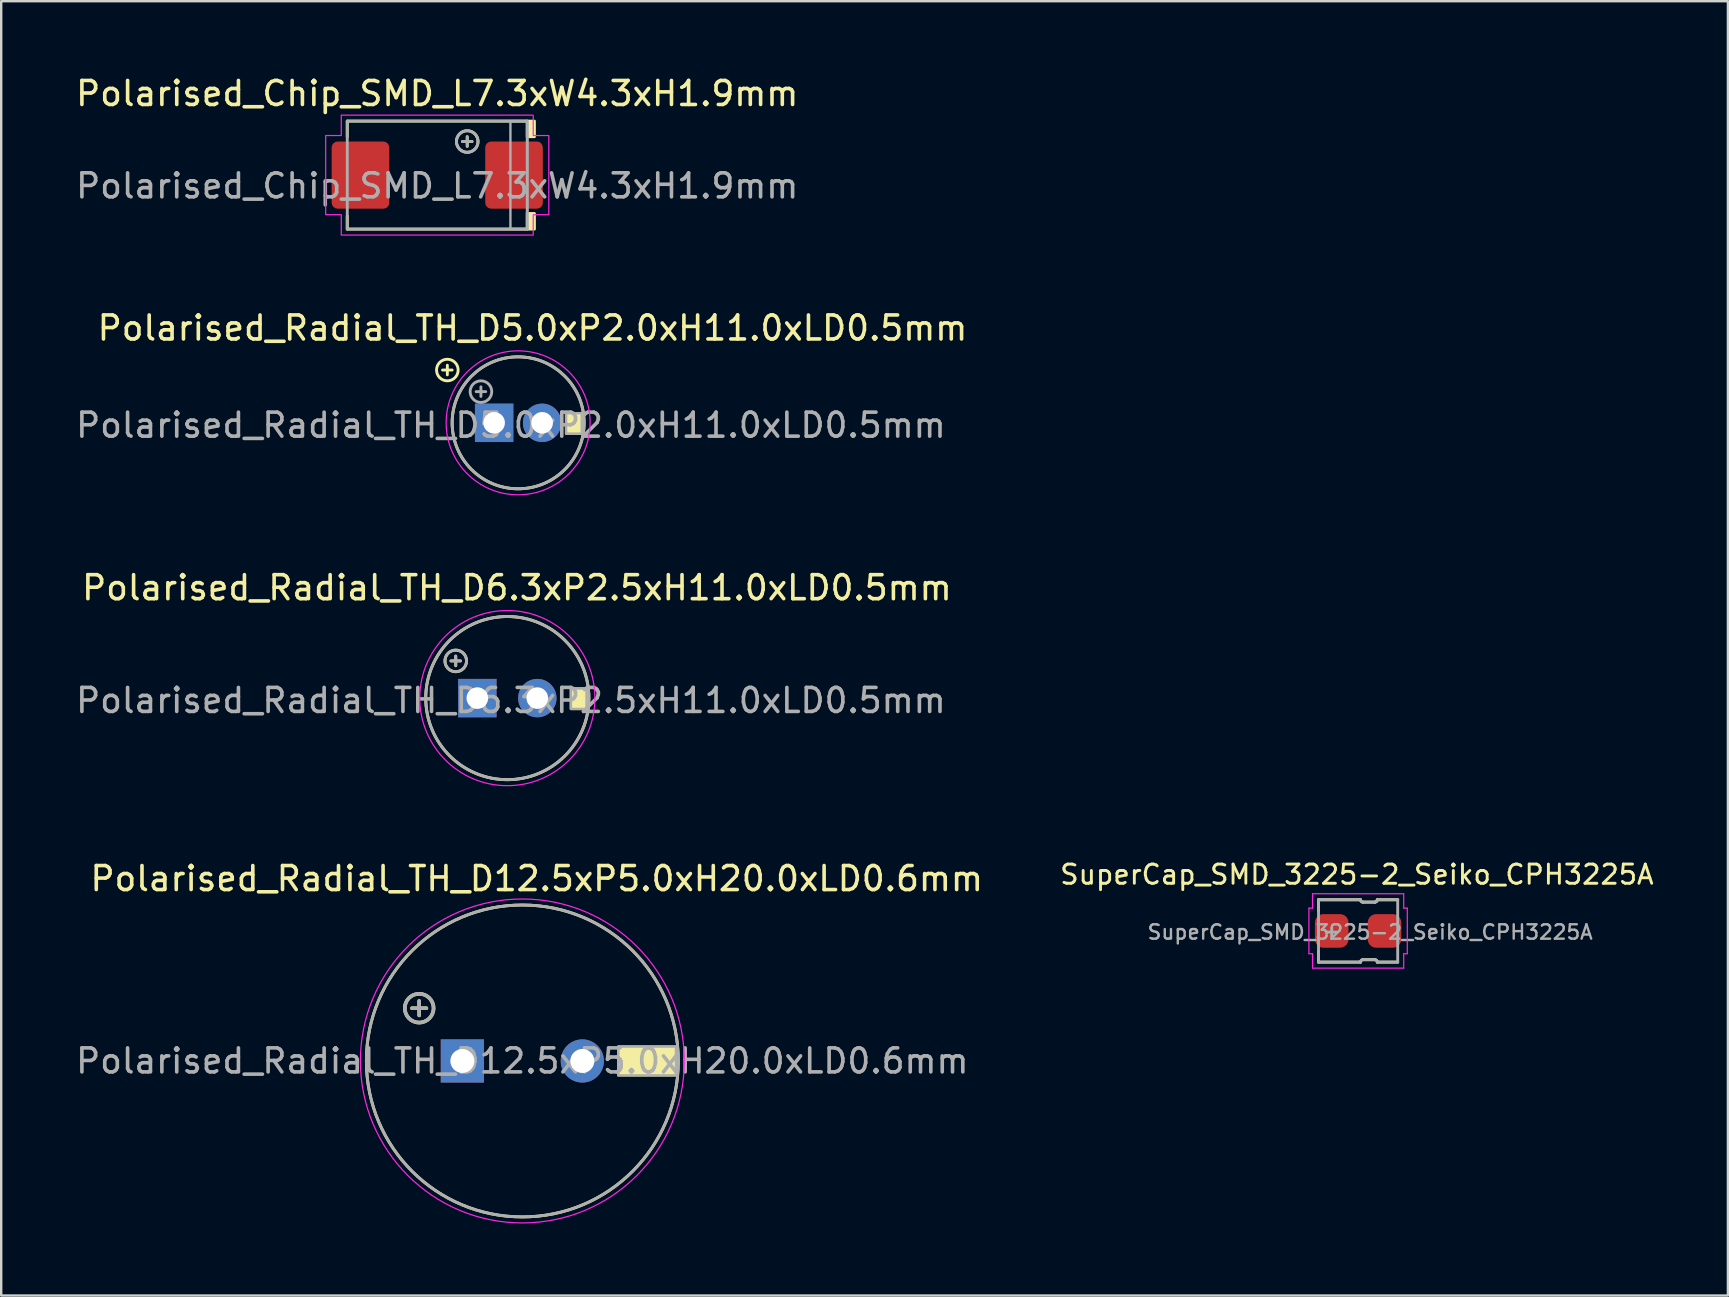
<source format=kicad_pcb>
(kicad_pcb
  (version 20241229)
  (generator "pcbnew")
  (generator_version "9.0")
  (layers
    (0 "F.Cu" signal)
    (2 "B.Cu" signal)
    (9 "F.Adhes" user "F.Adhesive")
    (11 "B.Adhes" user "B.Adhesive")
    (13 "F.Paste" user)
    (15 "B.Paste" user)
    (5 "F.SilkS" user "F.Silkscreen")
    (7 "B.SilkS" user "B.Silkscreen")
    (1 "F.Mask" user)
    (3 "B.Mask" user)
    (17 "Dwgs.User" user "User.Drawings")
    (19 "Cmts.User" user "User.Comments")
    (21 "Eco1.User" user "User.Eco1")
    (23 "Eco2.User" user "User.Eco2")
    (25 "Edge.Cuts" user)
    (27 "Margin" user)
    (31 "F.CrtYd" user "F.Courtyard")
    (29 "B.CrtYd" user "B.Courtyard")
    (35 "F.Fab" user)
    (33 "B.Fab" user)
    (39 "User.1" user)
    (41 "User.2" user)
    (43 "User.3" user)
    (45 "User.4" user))
  (footprint "Polarised_Radial_TH_D12.5xP5.0xH20.0xLD0.6mm"
    (layer "F.Cu")
    (at 16.22 41.168)
    (property "Reference" "Polarised_Radial_TH_D12.5xP5.0xH20.0xLD0.6mm" (at 3.1 -7.6 0) (unlocked yes) (layer "F.SilkS") (effects (font (size 1 1) (thickness 0.15))))
    (attr through_hole)
    (fp_line (start -2.1 -2.2) (end -1.5 -2.2) (stroke (width 0.15) (type solid)) (layer "F.SilkS"))
    (fp_line (start -1.8 -2.5) (end -1.8 -1.9) (stroke (width 0.15) (type solid)) (layer "F.SilkS"))
    (fp_circle (center -1.8 -2.2) (end -1.2 -2.2) (stroke (width 0.15) (type solid)) (fill no) (layer "F.SilkS"))
    (fp_circle (center 2.5 0) (end 9 0) (stroke (width 0.12) (type solid)) (fill no) (layer "F.SilkS"))
    (fp_poly (pts (xy 6.5 -0.6) (xy 6.5 0.6) (xy 8.9 0.6) (xy 8.9 -0.6)) (stroke (width 0.1) (type solid)) (fill yes) (layer "F.SilkS"))
    (fp_circle (center 2.5 0) (end 9.25 0) (stroke (width 0.05) (type solid)) (fill no) (layer "F.CrtYd"))
    (fp_line (start -2.1 -2.2) (end -1.5 -2.2) (stroke (width 0.15) (type solid)) (layer "F.Fab"))
    (fp_line (start -1.8 -2.5) (end -1.8 -1.9) (stroke (width 0.15) (type solid)) (layer "F.Fab"))
    (fp_circle (center -1.8 -2.2) (end -1.2 -2.2) (stroke (width 0.15) (type solid)) (fill no) (layer "F.Fab"))
    (fp_circle (center 2.5 0) (end 9 0) (stroke (width 0.12) (type solid)) (fill no) (layer "F.Fab"))
    (fp_poly (pts (xy 6.5 -0.6) (xy 6.5 0.6) (xy 8.9 0.6) (xy 8.9 -0.6)) (stroke (width 0.1) (type solid)) (fill no) (layer "F.Fab"))
    (fp_text user "${REFERENCE}" (at 2.5 0 0) (layer "F.Fab") (effects (font (size 1 1) (thickness 0.15))))
    (pad "1" thru_hole rect (at 0 0) (size 1.8 1.8) (drill 1) (layers "*.Cu" "*.Mask"))
    (pad "2" thru_hole circle (at 5 0) (size 1.8 1.8) (drill 1) (layers "*.Cu" "*.Mask")))
  (footprint "SuperCap_SMD_3225-2_Seiko_CPH3225A"
    (layer "F.Cu")
    (at 53.552 35.748)
    (property "Reference" "SuperCap_SMD_3225-2_Seiko_CPH3225A" (at -0.05 -2.35 0) (layer "F.SilkS") (effects (font (size 0.8 0.8) (thickness 0.12))))
    (attr smd)
    (fp_line (start -1.65 -1.3) (end 0.1 -1.3) (stroke (width 0.12) (type solid)) (layer "F.SilkS"))
    (fp_line (start -1.65 -0.85) (end -1.65 -1.3) (stroke (width 0.12) (type solid)) (layer "F.SilkS"))
    (fp_line (start -1.65 1.3) (end -1.65 0.85) (stroke (width 0.12) (type solid)) (layer "F.SilkS"))
    (fp_line (start -1.65 1.3) (end 0.1 1.3) (stroke (width 0.12) (type solid)) (layer "F.SilkS"))
    (fp_line (start 0.2 -1.2) (end 0.7 -1.2) (stroke (width 0.12) (type solid)) (layer "F.SilkS"))
    (fp_line (start 0.2 1.2) (end 0.7 1.2) (stroke (width 0.12) (type solid)) (layer "F.SilkS"))
    (fp_line (start 0.8 -1.3) (end 1.65 -1.3) (stroke (width 0.12) (type solid)) (layer "F.SilkS"))
    (fp_line (start 0.8 1.3) (end 1.65 1.3) (stroke (width 0.12) (type solid)) (layer "F.SilkS"))
    (fp_arc (start 0.1 1.3) (mid 0.129289 1.229289) (end 0.2 1.2) (stroke (width 0.12) (type solid)) (layer "F.SilkS"))
    (fp_arc (start 0.2 -1.2) (mid 0.129289 -1.229289) (end 0.1 -1.3) (stroke (width 0.12) (type solid)) (layer "F.SilkS"))
    (fp_arc (start 0.7 1.2) (mid 0.770711 1.229289) (end 0.8 1.3) (stroke (width 0.12) (type solid)) (layer "F.SilkS"))
    (fp_arc (start 0.8 -1.3) (mid 0.770711 -1.229289) (end 0.7 -1.2) (stroke (width 0.12) (type solid)) (layer "F.SilkS"))
    (fp_line (start -2.05 -0.95) (end -1.9 -0.95) (stroke (width 0.05) (type solid)) (layer "F.CrtYd"))
    (fp_line (start -2.05 0.95) (end -2.05 -0.95) (stroke (width 0.05) (type solid)) (layer "F.CrtYd"))
    (fp_line (start -1.9 -0.95) (end -1.9 -1.55) (stroke (width 0.05) (type solid)) (layer "F.CrtYd"))
    (fp_line (start -1.9 0.95) (end -2.05 0.95) (stroke (width 0.05) (type solid)) (layer "F.CrtYd"))
    (fp_line (start -1.9 1.55) (end -1.9 0.95) (stroke (width 0.05) (type solid)) (layer "F.CrtYd"))
    (fp_line (start 1.9 -1.55) (end -1.9 -1.55) (stroke (width 0.05) (type solid)) (layer "F.CrtYd"))
    (fp_line (start 1.9 -1.55) (end 1.9 -0.95) (stroke (width 0.05) (type solid)) (layer "F.CrtYd"))
    (fp_line (start 1.9 -0.95) (end 2.05 -0.95) (stroke (width 0.05) (type solid)) (layer "F.CrtYd"))
    (fp_line (start 1.9 0.95) (end 1.9 1.55) (stroke (width 0.05) (type solid)) (layer "F.CrtYd"))
    (fp_line (start 1.9 1.55) (end -1.9 1.55) (stroke (width 0.05) (type solid)) (layer "F.CrtYd"))
    (fp_line (start 2.05 -0.95) (end 2.05 0.95) (stroke (width 0.05) (type solid)) (layer "F.CrtYd"))
    (fp_line (start 2.05 0.95) (end 1.9 0.95) (stroke (width 0.05) (type solid)) (layer "F.CrtYd"))
    (fp_line (start -1.65 -1.3) (end 0.1 -1.3) (stroke (width 0.12) (type solid)) (layer "F.Fab"))
    (fp_line (start -1.65 1.3) (end -1.65 -1.3) (stroke (width 0.12) (type solid)) (layer "F.Fab"))
    (fp_line (start -1.65 1.3) (end 0.1 1.3) (stroke (width 0.12) (type solid)) (layer "F.Fab"))
    (fp_line (start -1.1 0.25) (end -1.1 -0.15) (stroke (width 0.12) (type solid)) (layer "F.Fab"))
    (fp_line (start -0.9 0.05) (end -1.3 0.05) (stroke (width 0.12) (type solid)) (layer "F.Fab"))
    (fp_line (start 0.2 -1.2) (end 0.7 -1.2) (stroke (width 0.12) (type solid)) (layer "F.Fab"))
    (fp_line (start 0.2 1.2) (end 0.7 1.2) (stroke (width 0.12) (type solid)) (layer "F.Fab"))
    (fp_line (start 0.8 -1.3) (end 1.65 -1.3) (stroke (width 0.12) (type solid)) (layer "F.Fab"))
    (fp_line (start 0.8 1.3) (end 1.65 1.3) (stroke (width 0.12) (type solid)) (layer "F.Fab"))
    (fp_line (start 1.65 -1.3) (end 1.65 1.3) (stroke (width 0.12) (type solid)) (layer "F.Fab"))
    (fp_arc (start 0.1 1.3) (mid 0.129289 1.229289) (end 0.2 1.2) (stroke (width 0.12) (type solid)) (layer "F.Fab"))
    (fp_arc (start 0.2 -1.2) (mid 0.129289 -1.229289) (end 0.1 -1.3) (stroke (width 0.12) (type solid)) (layer "F.Fab"))
    (fp_arc (start 0.7 1.2) (mid 0.770711 1.229289) (end 0.8 1.3) (stroke (width 0.12) (type solid)) (layer "F.Fab"))
    (fp_arc (start 0.8 -1.3) (mid 0.770711 -1.229289) (end 0.7 -1.2) (stroke (width 0.12) (type solid)) (layer "F.Fab"))
    (fp_text user "${REFERENCE}" (at 0.5 0.05 0) (layer "F.Fab") (effects (font (size 0.6 0.6) (thickness 0.1))))
    (pad "1" smd roundrect (at -1.1 0) (size 1.4 1.4) (layers "F.Cu" "F.Mask" "F.Paste") (roundrect_rratio 0.25))
    (pad "2" smd roundrect (at 1.1 0) (size 1.4 1.4) (layers "F.Cu" "F.Mask" "F.Paste") (roundrect_rratio 0.25)))
  (footprint "Polarised_Chip_SMD_L7.3xW4.3xH1.9mm"
    (layer "F.Cu")
    (at 15.173 4.248)
    (property "Reference" "Polarised_Chip_SMD_L7.3xW4.3xH1.9mm" (at 0 -3.4 0) (layer "F.SilkS") (effects (font (size 1 1) (thickness 0.15))))
    (attr smd)
    (fp_line (start -3.75 -2.25) (end -3.75 -1.6) (stroke (width 0.12) (type default)) (layer "F.SilkS"))
    (fp_line (start -3.75 2.25) (end -3.75 1.7) (stroke (width 0.12) (type default)) (layer "F.SilkS"))
    (fp_line (start -3.75 2.25) (end 3.75 2.25) (stroke (width 0.12) (type default)) (layer "F.SilkS"))
    (fp_line (start 1.05 -1.4) (end 1.45 -1.4) (stroke (width 0.12) (type solid)) (layer "F.SilkS"))
    (fp_line (start 1.25 -1.6) (end 1.25 -1.2) (stroke (width 0.12) (type solid)) (layer "F.SilkS"))
    (fp_line (start 3.75 -2.25) (end -3.75 -2.25) (stroke (width 0.12) (type default)) (layer "F.SilkS"))
    (fp_rect (start 3.75 -2.25) (end 4.05 -1.6) (stroke (width 0.12) (type default)) (fill yes) (layer "F.SilkS"))
    (fp_rect (start 3.75 1.6) (end 4.05 2.25) (stroke (width 0.12) (type default)) (fill yes) (layer "F.SilkS"))
    (fp_circle (center 1.25 -1.4) (end 1.7 -1.4) (stroke (width 0.12) (type solid)) (fill no) (layer "F.SilkS"))
    (fp_poly (pts (xy 4 -1.65) (xy 4.65 -1.65) (xy 4.65 1.65) (xy 4 1.65) (xy 4 2.5) (xy -4 2.5) (xy -4 1.65) (xy -4.65 1.65) (xy -4.65 -1.65) (xy -4 -1.65) (xy -4 -2.5) (xy 4 -2.5)) (stroke (width 0.05) (type default)) (fill no) (layer "F.CrtYd"))
    (fp_line (start 1.05 -1.4) (end 1.45 -1.4) (stroke (width 0.12) (type solid)) (layer "F.Fab"))
    (fp_line (start 1.25 -1.6) (end 1.25 -1.2) (stroke (width 0.12) (type solid)) (layer "F.Fab"))
    (fp_rect (start -3.75 -2.25) (end 3.75 2.25) (stroke (width 0.12) (type default)) (fill no) (layer "F.Fab"))
    (fp_rect (start 3.05 -2.25) (end 3.75 2.25) (stroke (width 0.1) (type default)) (fill no) (layer "F.Fab"))
    (fp_circle (center 1.25 -1.4) (end 1.7 -1.4) (stroke (width 0.12) (type solid)) (fill no) (layer "F.Fab"))
    (fp_text user "${REFERENCE}" (at 0 0.45 0) (layer "F.Fab") (effects (font (size 1 1) (thickness 0.15))))
    (pad "1" smd roundrect (at 3.2 0) (size 2.4 2.8) (layers "F.Cu" "F.Mask" "F.Paste") (roundrect_rratio 0.104))
    (pad "2" smd roundrect (at -3.2 0) (size 2.4 2.8) (layers "F.Cu" "F.Mask" "F.Paste") (roundrect_rratio 0.104)))
  (footprint "Polarised_Radial_TH_D6.3xP2.5xH11.0xLD0.5mm"
    (layer "F.Cu")
    (at 16.844 26.045)
    (property "Reference" "Polarised_Radial_TH_D6.3xP2.5xH11.0xLD0.5mm" (at 1.65 -4.6 0) (unlocked yes) (layer "F.SilkS") (effects (font (size 1 1) (thickness 0.15))))
    (attr through_hole)
    (fp_line (start -1.1 -1.55) (end -0.7 -1.55) (stroke (width 0.12) (type solid)) (layer "F.SilkS"))
    (fp_line (start -0.9 -1.75) (end -0.9 -1.35) (stroke (width 0.12) (type solid)) (layer "F.SilkS"))
    (fp_circle (center -0.9 -1.55) (end -0.45 -1.55) (stroke (width 0.12) (type solid)) (fill no) (layer "F.SilkS"))
    (fp_circle (center 1.25 0) (end 4.65 0) (stroke (width 0.12) (type solid)) (fill no) (layer "F.SilkS"))
    (fp_poly (pts (xy 3.9 -0.4) (xy 3.9 0.45) (xy 4.55 0.45) (xy 4.55 -0.4)) (stroke (width 0.1) (type solid)) (fill yes) (layer "F.SilkS"))
    (fp_circle (center 1.25 0) (end 4.9 0) (stroke (width 0.05) (type solid)) (fill no) (layer "F.CrtYd"))
    (fp_line (start -1.1 -1.55) (end -0.7 -1.55) (stroke (width 0.12) (type solid)) (layer "F.Fab"))
    (fp_line (start -0.9 -1.75) (end -0.9 -1.35) (stroke (width 0.12) (type solid)) (layer "F.Fab"))
    (fp_circle (center -0.9 -1.55) (end -0.45 -1.55) (stroke (width 0.12) (type solid)) (fill no) (layer "F.Fab"))
    (fp_circle (center 1.25 0) (end 4.65 0) (stroke (width 0.12) (type solid)) (fill no) (layer "F.Fab"))
    (fp_poly (pts (xy 3.9 -0.4) (xy 3.9 0.45) (xy 4.55 0.45) (xy 4.55 -0.4)) (stroke (width 0.1) (type solid)) (fill no) (layer "F.Fab"))
    (fp_text user "${REFERENCE}" (at 1.4 0.1 0) (layer "F.Fab") (effects (font (size 1 1) (thickness 0.15))))
    (pad "1" thru_hole rect (at 0 0) (size 1.6 1.6) (drill 0.9) (layers "*.Cu" "*.Mask"))
    (pad "2" thru_hole circle (at 2.5 0) (size 1.6 1.6) (drill 0.9) (layers "*.Cu" "*.Mask")))
  (footprint "Polarised_Radial_TH_D5.0xP2.0xH11.0xLD0.5mm"
    (layer "F.Cu")
    (at 17.544 14.572)
    (property "Reference" "Polarised_Radial_TH_D5.0xP2.0xH11.0xLD0.5mm" (at 1.6 -3.95 0) (layer "F.SilkS") (effects (font (size 1 1) (thickness 0.15))))
    (attr through_hole)
    (fp_line (start -2.15 -2.2) (end -1.75 -2.2) (stroke (width 0.12) (type solid)) (layer "F.SilkS"))
    (fp_line (start -1.95 -2.4) (end -1.95 -2) (stroke (width 0.12) (type solid)) (layer "F.SilkS"))
    (fp_circle (center -1.95 -2.2) (end -1.5 -2.2) (stroke (width 0.12) (type solid)) (fill no) (layer "F.SilkS"))
    (fp_circle (center 1 0) (end 3.75 0) (stroke (width 0.12) (type solid)) (fill no) (layer "F.SilkS"))
    (fp_poly (pts (xy 3 -0.4) (xy 3 0.45) (xy 3.65 0.45) (xy 3.65 -0.4)) (stroke (width 0.1) (type solid)) (fill yes) (layer "F.SilkS"))
    (fp_circle (center 1 0) (end 4 0) (stroke (width 0.05) (type solid)) (fill no) (layer "F.CrtYd"))
    (fp_line (start -0.75 -1.3) (end -0.35 -1.3) (stroke (width 0.12) (type solid)) (layer "F.Fab"))
    (fp_line (start -0.55 -1.5) (end -0.55 -1.1) (stroke (width 0.12) (type solid)) (layer "F.Fab"))
    (fp_circle (center -0.55 -1.3) (end -0.1 -1.3) (stroke (width 0.12) (type solid)) (fill no) (layer "F.Fab"))
    (fp_circle (center 1 0) (end 3.75 0) (stroke (width 0.12) (type solid)) (fill no) (layer "F.Fab"))
    (fp_poly (pts (xy 3 -0.4) (xy 3 0.45) (xy 3.65 0.45) (xy 3.65 -0.4)) (stroke (width 0.1) (type solid)) (fill no) (layer "F.Fab"))
    (fp_text user "${REFERENCE}" (at 0.7 0.1 0) (layer "F.Fab") (effects (font (size 1 1) (thickness 0.15))))
    (pad "1" thru_hole rect (at 0 0) (size 1.6 1.6) (drill 0.9) (layers "*.Cu" "*.Mask"))
    (pad "2" thru_hole circle (at 2 0) (size 1.6 1.6) (drill 0.9) (layers "*.Cu" "*.Mask")))
  (gr_rect
    (start -3 -3)
    (end 68.964 50.943)
    (stroke (width 0.1) (type default))
    (fill no)
    (layer "Edge.Cuts")))
</source>
